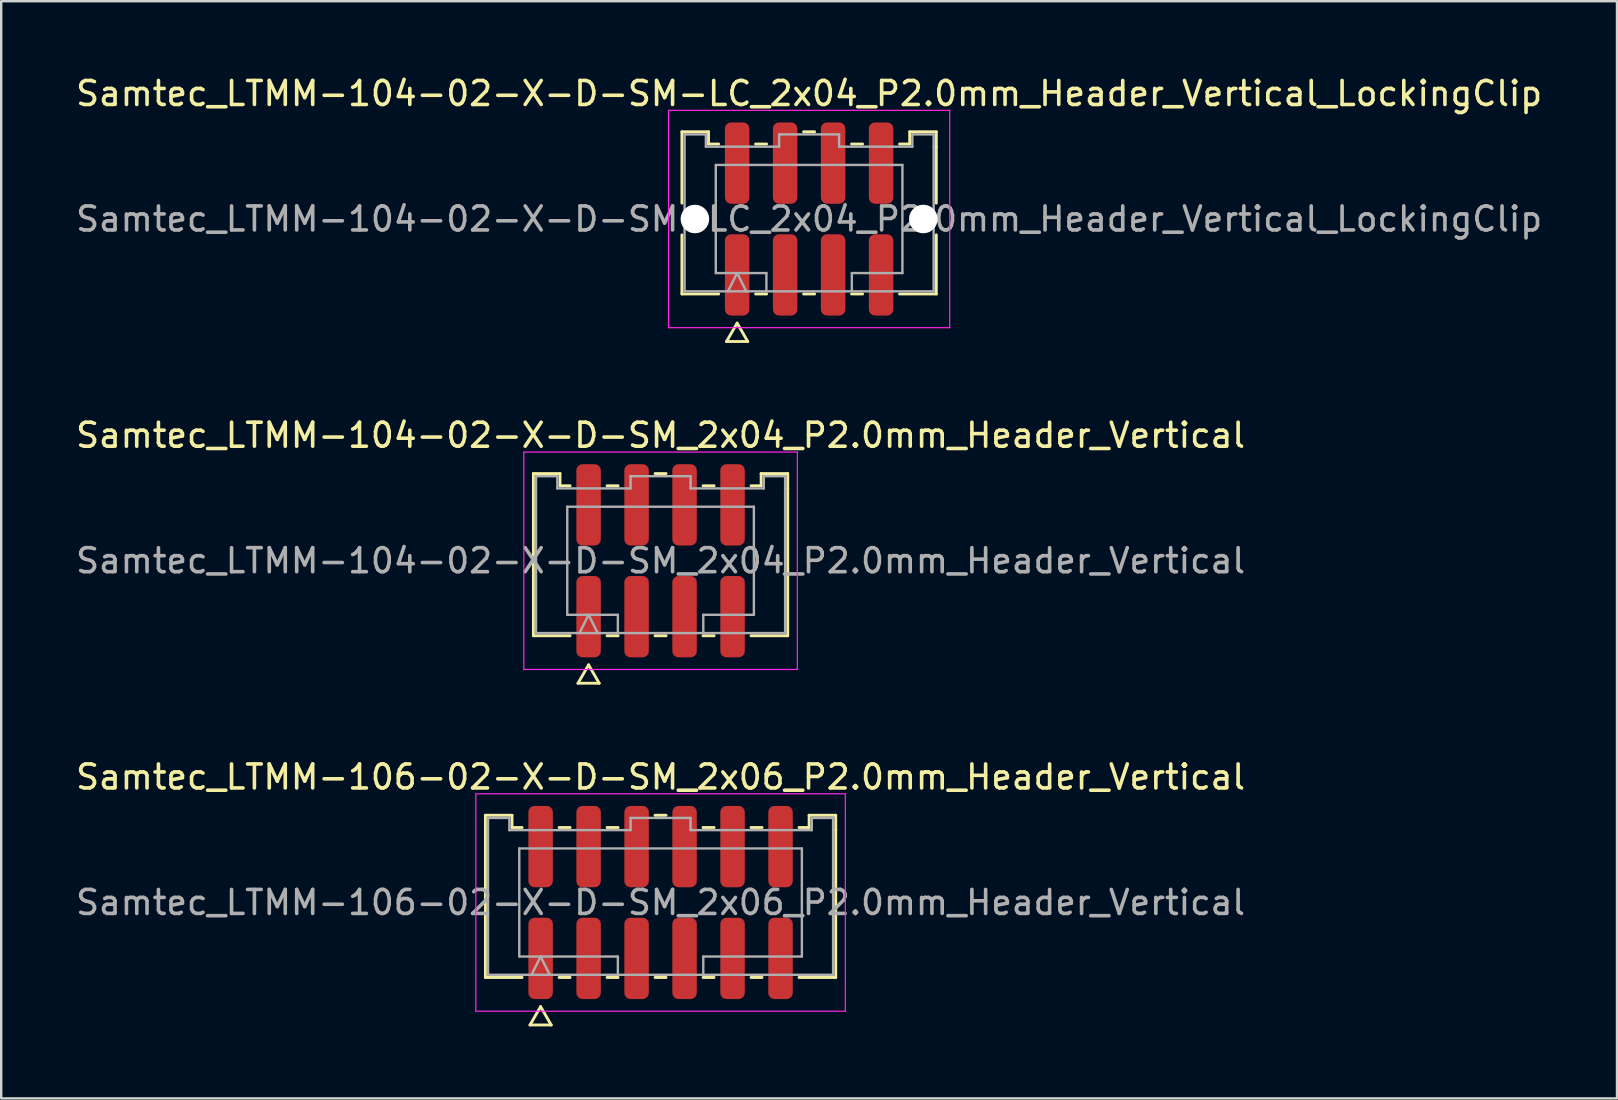
<source format=kicad_pcb>
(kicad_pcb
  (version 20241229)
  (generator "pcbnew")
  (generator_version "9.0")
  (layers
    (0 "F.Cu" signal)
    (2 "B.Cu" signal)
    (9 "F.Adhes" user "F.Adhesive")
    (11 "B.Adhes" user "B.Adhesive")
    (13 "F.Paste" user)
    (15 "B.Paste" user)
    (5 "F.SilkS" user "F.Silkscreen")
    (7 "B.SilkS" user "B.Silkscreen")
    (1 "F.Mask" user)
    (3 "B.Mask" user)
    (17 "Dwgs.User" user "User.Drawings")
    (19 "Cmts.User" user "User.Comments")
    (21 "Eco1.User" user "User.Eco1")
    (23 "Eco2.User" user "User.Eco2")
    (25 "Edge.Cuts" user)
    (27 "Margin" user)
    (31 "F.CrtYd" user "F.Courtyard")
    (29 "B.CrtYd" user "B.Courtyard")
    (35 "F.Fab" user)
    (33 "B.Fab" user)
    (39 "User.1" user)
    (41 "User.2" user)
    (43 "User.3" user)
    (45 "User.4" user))
  (footprint "Samtec_LTMM-104-02-X-D-SM-LC_2x04_P2.0mm_Header_Vertical_LockingClip"
    (layer "F.Cu")
    (at 30.673 6.078)
    (property "Reference" "Samtec_LTMM-104-02-X-D-SM-LC_2x04_P2.0mm_Header_Vertical_LockingClip" (at 0 -5.23 0) (layer "F.SilkS") (effects (font (size 1 1) (thickness 0.15))))
    (attr smd)
    (fp_line (start -5.301 -3.635) (end -4.192 -3.635) (stroke (width 0.12) (type solid)) (layer "F.SilkS"))
    (fp_line (start -5.301 -0.662) (end -5.301 -3.635) (stroke (width 0.12) (type solid)) (layer "F.SilkS"))
    (fp_line (start -5.301 3.125) (end -5.301 0.662) (stroke (width 0.12) (type solid)) (layer "F.SilkS"))
    (fp_line (start -4.192 -3.635) (end -4.192 -3.125) (stroke (width 0.12) (type solid)) (layer "F.SilkS"))
    (fp_line (start -4.192 -3.125) (end -3.77 -3.125) (stroke (width 0.12) (type solid)) (layer "F.SilkS"))
    (fp_line (start -3.77 3.125) (end -5.301 3.125) (stroke (width 0.12) (type solid)) (layer "F.SilkS"))
    (fp_line (start -3.442 5.105) (end -3 4.34) (stroke (width 0.12) (type solid)) (layer "F.SilkS"))
    (fp_line (start -3 4.34) (end -2.558 5.105) (stroke (width 0.12) (type solid)) (layer "F.SilkS"))
    (fp_line (start -2.558 5.105) (end -3.442 5.105) (stroke (width 0.12) (type solid)) (layer "F.SilkS"))
    (fp_line (start -2.23 -3.125) (end -1.77 -3.125) (stroke (width 0.12) (type solid)) (layer "F.SilkS"))
    (fp_line (start -1.77 3.125) (end -2.23 3.125) (stroke (width 0.12) (type solid)) (layer "F.SilkS"))
    (fp_line (start -0.23 -3.635) (end 0.23 -3.635) (stroke (width 0.12) (type solid)) (layer "F.SilkS"))
    (fp_line (start 0.23 3.125) (end -0.23 3.125) (stroke (width 0.12) (type solid)) (layer "F.SilkS"))
    (fp_line (start 1.77 -3.125) (end 2.23 -3.125) (stroke (width 0.12) (type solid)) (layer "F.SilkS"))
    (fp_line (start 2.23 3.125) (end 1.77 3.125) (stroke (width 0.12) (type solid)) (layer "F.SilkS"))
    (fp_line (start 3.77 -3.125) (end 4.192 -3.125) (stroke (width 0.12) (type solid)) (layer "F.SilkS"))
    (fp_line (start 4.192 -3.635) (end 5.301 -3.635) (stroke (width 0.12) (type solid)) (layer "F.SilkS"))
    (fp_line (start 4.192 -3.125) (end 4.192 -3.635) (stroke (width 0.12) (type solid)) (layer "F.SilkS"))
    (fp_line (start 5.301 -3.635) (end 5.301 -3.015) (stroke (width 0.12) (type solid)) (layer "F.SilkS"))
    (fp_line (start 5.301 -3.015) (end 5.301 -0.662) (stroke (width 0.12) (type solid)) (layer "F.SilkS"))
    (fp_line (start 5.301 0.662) (end 5.301 3.125) (stroke (width 0.12) (type solid)) (layer "F.SilkS"))
    (fp_line (start 5.301 3.125) (end 3.77 3.125) (stroke (width 0.12) (type solid)) (layer "F.SilkS"))
    (fp_line (start -5.86 -4.53) (end -5.86 4.53) (stroke (width 0.05) (type solid)) (layer "F.CrtYd"))
    (fp_line (start -5.86 4.53) (end 5.86 4.53) (stroke (width 0.05) (type solid)) (layer "F.CrtYd"))
    (fp_line (start 5.86 -4.53) (end -5.86 -4.53) (stroke (width 0.05) (type solid)) (layer "F.CrtYd"))
    (fp_line (start 5.86 4.53) (end 5.86 -4.53) (stroke (width 0.05) (type solid)) (layer "F.CrtYd"))
    (fp_line (start -5.191 -3.525) (end -4.303 -3.525) (stroke (width 0.1) (type solid)) (layer "F.Fab"))
    (fp_line (start -5.191 3.015) (end -5.191 -3.525) (stroke (width 0.1) (type solid)) (layer "F.Fab"))
    (fp_line (start -4.303 -3.525) (end -4.303 -3.015) (stroke (width 0.1) (type solid)) (layer "F.Fab"))
    (fp_line (start -4.303 -3.015) (end -1.25 -3.015) (stroke (width 0.1) (type solid)) (layer "F.Fab"))
    (fp_line (start -3.889 -2.253) (end 3.889 -2.253) (stroke (width 0.1) (type solid)) (layer "F.Fab"))
    (fp_line (start -3.889 2.253) (end -3.889 -2.253) (stroke (width 0.1) (type solid)) (layer "F.Fab"))
    (fp_line (start -3.381 3.015) (end -3 2.253) (stroke (width 0.1) (type solid)) (layer "F.Fab"))
    (fp_line (start -3 2.253) (end -2.619 3.015) (stroke (width 0.1) (type solid)) (layer "F.Fab"))
    (fp_line (start -1.78 2.253) (end -3.889 2.253) (stroke (width 0.1) (type solid)) (layer "F.Fab"))
    (fp_line (start -1.78 3.015) (end -1.78 2.253) (stroke (width 0.1) (type solid)) (layer "F.Fab"))
    (fp_line (start -1.25 -3.525) (end 1.25 -3.525) (stroke (width 0.1) (type solid)) (layer "F.Fab"))
    (fp_line (start -1.25 -3.015) (end -1.25 -3.525) (stroke (width 0.1) (type solid)) (layer "F.Fab"))
    (fp_line (start 1.25 -3.525) (end 1.25 -3.015) (stroke (width 0.1) (type solid)) (layer "F.Fab"))
    (fp_line (start 1.25 -3.015) (end 4.303 -3.015) (stroke (width 0.1) (type solid)) (layer "F.Fab"))
    (fp_line (start 1.78 2.253) (end 1.78 3.015) (stroke (width 0.1) (type solid)) (layer "F.Fab"))
    (fp_line (start 3.889 -2.253) (end 3.889 2.253) (stroke (width 0.1) (type solid)) (layer "F.Fab"))
    (fp_line (start 3.889 2.253) (end 1.78 2.253) (stroke (width 0.1) (type solid)) (layer "F.Fab"))
    (fp_line (start 4.303 -3.525) (end 5.191 -3.525) (stroke (width 0.1) (type solid)) (layer "F.Fab"))
    (fp_line (start 4.303 -3.015) (end 4.303 -3.525) (stroke (width 0.1) (type solid)) (layer "F.Fab"))
    (fp_line (start 5.191 -3.525) (end 5.191 -3.015) (stroke (width 0.1) (type solid)) (layer "F.Fab"))
    (fp_line (start 5.191 -3.015) (end 5.191 3.015) (stroke (width 0.1) (type solid)) (layer "F.Fab"))
    (fp_line (start 5.191 3.015) (end -5.191 3.015) (stroke (width 0.1) (type solid)) (layer "F.Fab"))
    (fp_text user "${REFERENCE}" (at 0 0 0) (layer "F.Fab") (effects (font (size 1 1) (thickness 0.15))))
    (pad "" np_thru_hole circle (at -4.76 0) (size 1.19 1.19) (drill 1.19) (layers "*.Cu" "*.Mask"))
    (pad "" np_thru_hole circle (at 4.76 0) (size 1.19 1.19) (drill 1.19) (layers "*.Cu" "*.Mask"))
    (pad "1" smd roundrect (at -3 2.33) (size 1.02 3.39) (layers "F.Cu" "F.Mask" "F.Paste") (roundrect_rratio 0.25))
    (pad "2" smd roundrect (at -3 -2.33) (size 1.02 3.39) (layers "F.Cu" "F.Mask" "F.Paste") (roundrect_rratio 0.25))
    (pad "3" smd roundrect (at -1 2.33) (size 1.02 3.39) (layers "F.Cu" "F.Mask" "F.Paste") (roundrect_rratio 0.25))
    (pad "4" smd roundrect (at -1 -2.33) (size 1.02 3.39) (layers "F.Cu" "F.Mask" "F.Paste") (roundrect_rratio 0.25))
    (pad "5" smd roundrect (at 1 2.33) (size 1.02 3.39) (layers "F.Cu" "F.Mask" "F.Paste") (roundrect_rratio 0.25))
    (pad "6" smd roundrect (at 1 -2.33) (size 1.02 3.39) (layers "F.Cu" "F.Mask" "F.Paste") (roundrect_rratio 0.25))
    (pad "7" smd roundrect (at 3 2.33) (size 1.02 3.39) (layers "F.Cu" "F.Mask" "F.Paste") (roundrect_rratio 0.25))
    (pad "8" smd roundrect (at 3 -2.33) (size 1.02 3.39) (layers "F.Cu" "F.Mask" "F.Paste") (roundrect_rratio 0.25)))
  (footprint "Samtec_LTMM-104-02-X-D-SM_2x04_P2.0mm_Header_Vertical"
    (layer "F.Cu")
    (at 24.482 20.322)
    (property "Reference" "Samtec_LTMM-104-02-X-D-SM_2x04_P2.0mm_Header_Vertical" (at 0 -5.23 0) (layer "F.SilkS") (effects (font (size 1 1) (thickness 0.15))))
    (attr smd)
    (fp_line (start -5.301 -3.635) (end -4.192 -3.635) (stroke (width 0.12) (type solid)) (layer "F.SilkS"))
    (fp_line (start -5.301 3.125) (end -5.301 -3.635) (stroke (width 0.12) (type solid)) (layer "F.SilkS"))
    (fp_line (start -4.192 -3.635) (end -4.192 -3.125) (stroke (width 0.12) (type solid)) (layer "F.SilkS"))
    (fp_line (start -4.192 -3.125) (end -3.77 -3.125) (stroke (width 0.12) (type solid)) (layer "F.SilkS"))
    (fp_line (start -3.77 3.125) (end -5.301 3.125) (stroke (width 0.12) (type solid)) (layer "F.SilkS"))
    (fp_line (start -3.442 5.105) (end -3 4.34) (stroke (width 0.12) (type solid)) (layer "F.SilkS"))
    (fp_line (start -3 4.34) (end -2.558 5.105) (stroke (width 0.12) (type solid)) (layer "F.SilkS"))
    (fp_line (start -2.558 5.105) (end -3.442 5.105) (stroke (width 0.12) (type solid)) (layer "F.SilkS"))
    (fp_line (start -2.23 -3.125) (end -1.77 -3.125) (stroke (width 0.12) (type solid)) (layer "F.SilkS"))
    (fp_line (start -1.77 3.125) (end -2.23 3.125) (stroke (width 0.12) (type solid)) (layer "F.SilkS"))
    (fp_line (start -0.23 -3.635) (end 0.23 -3.635) (stroke (width 0.12) (type solid)) (layer "F.SilkS"))
    (fp_line (start 0.23 3.125) (end -0.23 3.125) (stroke (width 0.12) (type solid)) (layer "F.SilkS"))
    (fp_line (start 1.77 -3.125) (end 2.23 -3.125) (stroke (width 0.12) (type solid)) (layer "F.SilkS"))
    (fp_line (start 2.23 3.125) (end 1.77 3.125) (stroke (width 0.12) (type solid)) (layer "F.SilkS"))
    (fp_line (start 3.77 -3.125) (end 4.192 -3.125) (stroke (width 0.12) (type solid)) (layer "F.SilkS"))
    (fp_line (start 4.192 -3.635) (end 5.301 -3.635) (stroke (width 0.12) (type solid)) (layer "F.SilkS"))
    (fp_line (start 4.192 -3.125) (end 4.192 -3.635) (stroke (width 0.12) (type solid)) (layer "F.SilkS"))
    (fp_line (start 5.301 -3.635) (end 5.301 -3.015) (stroke (width 0.12) (type solid)) (layer "F.SilkS"))
    (fp_line (start 5.301 -3.015) (end 5.301 3.125) (stroke (width 0.12) (type solid)) (layer "F.SilkS"))
    (fp_line (start 5.301 3.125) (end 3.77 3.125) (stroke (width 0.12) (type solid)) (layer "F.SilkS"))
    (fp_line (start -5.7 -4.53) (end -5.7 4.53) (stroke (width 0.05) (type solid)) (layer "F.CrtYd"))
    (fp_line (start -5.7 4.53) (end 5.7 4.53) (stroke (width 0.05) (type solid)) (layer "F.CrtYd"))
    (fp_line (start 5.7 -4.53) (end -5.7 -4.53) (stroke (width 0.05) (type solid)) (layer "F.CrtYd"))
    (fp_line (start 5.7 4.53) (end 5.7 -4.53) (stroke (width 0.05) (type solid)) (layer "F.CrtYd"))
    (fp_line (start -5.191 -3.525) (end -4.303 -3.525) (stroke (width 0.1) (type solid)) (layer "F.Fab"))
    (fp_line (start -5.191 3.015) (end -5.191 -3.525) (stroke (width 0.1) (type solid)) (layer "F.Fab"))
    (fp_line (start -4.303 -3.525) (end -4.303 -3.015) (stroke (width 0.1) (type solid)) (layer "F.Fab"))
    (fp_line (start -4.303 -3.015) (end -1.25 -3.015) (stroke (width 0.1) (type solid)) (layer "F.Fab"))
    (fp_line (start -3.889 -2.253) (end 3.889 -2.253) (stroke (width 0.1) (type solid)) (layer "F.Fab"))
    (fp_line (start -3.889 2.253) (end -3.889 -2.253) (stroke (width 0.1) (type solid)) (layer "F.Fab"))
    (fp_line (start -3.381 3.015) (end -3 2.253) (stroke (width 0.1) (type solid)) (layer "F.Fab"))
    (fp_line (start -3 2.253) (end -2.619 3.015) (stroke (width 0.1) (type solid)) (layer "F.Fab"))
    (fp_line (start -1.78 2.253) (end -3.889 2.253) (stroke (width 0.1) (type solid)) (layer "F.Fab"))
    (fp_line (start -1.78 3.015) (end -1.78 2.253) (stroke (width 0.1) (type solid)) (layer "F.Fab"))
    (fp_line (start -1.25 -3.525) (end 1.25 -3.525) (stroke (width 0.1) (type solid)) (layer "F.Fab"))
    (fp_line (start -1.25 -3.015) (end -1.25 -3.525) (stroke (width 0.1) (type solid)) (layer "F.Fab"))
    (fp_line (start 1.25 -3.525) (end 1.25 -3.015) (stroke (width 0.1) (type solid)) (layer "F.Fab"))
    (fp_line (start 1.25 -3.015) (end 4.303 -3.015) (stroke (width 0.1) (type solid)) (layer "F.Fab"))
    (fp_line (start 1.78 2.253) (end 1.78 3.015) (stroke (width 0.1) (type solid)) (layer "F.Fab"))
    (fp_line (start 3.889 -2.253) (end 3.889 2.253) (stroke (width 0.1) (type solid)) (layer "F.Fab"))
    (fp_line (start 3.889 2.253) (end 1.78 2.253) (stroke (width 0.1) (type solid)) (layer "F.Fab"))
    (fp_line (start 4.303 -3.525) (end 5.191 -3.525) (stroke (width 0.1) (type solid)) (layer "F.Fab"))
    (fp_line (start 4.303 -3.015) (end 4.303 -3.525) (stroke (width 0.1) (type solid)) (layer "F.Fab"))
    (fp_line (start 5.191 -3.525) (end 5.191 -3.015) (stroke (width 0.1) (type solid)) (layer "F.Fab"))
    (fp_line (start 5.191 -3.015) (end 5.191 3.015) (stroke (width 0.1) (type solid)) (layer "F.Fab"))
    (fp_line (start 5.191 3.015) (end -5.191 3.015) (stroke (width 0.1) (type solid)) (layer "F.Fab"))
    (fp_text user "${REFERENCE}" (at 0 0 0) (layer "F.Fab") (effects (font (size 1 1) (thickness 0.15))))
    (pad "1" smd roundrect (at -3 2.33) (size 1.02 3.39) (layers "F.Cu" "F.Mask" "F.Paste") (roundrect_rratio 0.25))
    (pad "2" smd roundrect (at -3 -2.33) (size 1.02 3.39) (layers "F.Cu" "F.Mask" "F.Paste") (roundrect_rratio 0.25))
    (pad "3" smd roundrect (at -1 2.33) (size 1.02 3.39) (layers "F.Cu" "F.Mask" "F.Paste") (roundrect_rratio 0.25))
    (pad "4" smd roundrect (at -1 -2.33) (size 1.02 3.39) (layers "F.Cu" "F.Mask" "F.Paste") (roundrect_rratio 0.25))
    (pad "5" smd roundrect (at 1 2.33) (size 1.02 3.39) (layers "F.Cu" "F.Mask" "F.Paste") (roundrect_rratio 0.25))
    (pad "6" smd roundrect (at 1 -2.33) (size 1.02 3.39) (layers "F.Cu" "F.Mask" "F.Paste") (roundrect_rratio 0.25))
    (pad "7" smd roundrect (at 3 2.33) (size 1.02 3.39) (layers "F.Cu" "F.Mask" "F.Paste") (roundrect_rratio 0.25))
    (pad "8" smd roundrect (at 3 -2.33) (size 1.02 3.39) (layers "F.Cu" "F.Mask" "F.Paste") (roundrect_rratio 0.25)))
  (footprint "Samtec_LTMM-106-02-X-D-SM_2x06_P2.0mm_Header_Vertical"
    (layer "F.Cu")
    (at 24.482 34.565)
    (property "Reference" "Samtec_LTMM-106-02-X-D-SM_2x06_P2.0mm_Header_Vertical" (at 0 -5.23 0) (layer "F.SilkS") (effects (font (size 1 1) (thickness 0.15))))
    (attr smd)
    (fp_line (start -7.301 -3.635) (end -6.192 -3.635) (stroke (width 0.12) (type solid)) (layer "F.SilkS"))
    (fp_line (start -7.301 3.125) (end -7.301 -3.635) (stroke (width 0.12) (type solid)) (layer "F.SilkS"))
    (fp_line (start -6.192 -3.635) (end -6.192 -3.125) (stroke (width 0.12) (type solid)) (layer "F.SilkS"))
    (fp_line (start -6.192 -3.125) (end -5.77 -3.125) (stroke (width 0.12) (type solid)) (layer "F.SilkS"))
    (fp_line (start -5.77 3.125) (end -7.301 3.125) (stroke (width 0.12) (type solid)) (layer "F.SilkS"))
    (fp_line (start -5.442 5.105) (end -5 4.34) (stroke (width 0.12) (type solid)) (layer "F.SilkS"))
    (fp_line (start -5 4.34) (end -4.558 5.105) (stroke (width 0.12) (type solid)) (layer "F.SilkS"))
    (fp_line (start -4.558 5.105) (end -5.442 5.105) (stroke (width 0.12) (type solid)) (layer "F.SilkS"))
    (fp_line (start -4.23 -3.125) (end -3.77 -3.125) (stroke (width 0.12) (type solid)) (layer "F.SilkS"))
    (fp_line (start -3.77 3.125) (end -4.23 3.125) (stroke (width 0.12) (type solid)) (layer "F.SilkS"))
    (fp_line (start -2.23 -3.125) (end -1.77 -3.125) (stroke (width 0.12) (type solid)) (layer "F.SilkS"))
    (fp_line (start -1.77 3.125) (end -2.23 3.125) (stroke (width 0.12) (type solid)) (layer "F.SilkS"))
    (fp_line (start -0.23 -3.635) (end 0.23 -3.635) (stroke (width 0.12) (type solid)) (layer "F.SilkS"))
    (fp_line (start 0.23 3.125) (end -0.23 3.125) (stroke (width 0.12) (type solid)) (layer "F.SilkS"))
    (fp_line (start 1.77 -3.125) (end 2.23 -3.125) (stroke (width 0.12) (type solid)) (layer "F.SilkS"))
    (fp_line (start 2.23 3.125) (end 1.77 3.125) (stroke (width 0.12) (type solid)) (layer "F.SilkS"))
    (fp_line (start 3.77 -3.125) (end 4.23 -3.125) (stroke (width 0.12) (type solid)) (layer "F.SilkS"))
    (fp_line (start 4.23 3.125) (end 3.77 3.125) (stroke (width 0.12) (type solid)) (layer "F.SilkS"))
    (fp_line (start 5.77 -3.125) (end 6.192 -3.125) (stroke (width 0.12) (type solid)) (layer "F.SilkS"))
    (fp_line (start 6.192 -3.635) (end 7.301 -3.635) (stroke (width 0.12) (type solid)) (layer "F.SilkS"))
    (fp_line (start 6.192 -3.125) (end 6.192 -3.635) (stroke (width 0.12) (type solid)) (layer "F.SilkS"))
    (fp_line (start 7.301 -3.635) (end 7.301 -3.015) (stroke (width 0.12) (type solid)) (layer "F.SilkS"))
    (fp_line (start 7.301 -3.015) (end 7.301 3.125) (stroke (width 0.12) (type solid)) (layer "F.SilkS"))
    (fp_line (start 7.301 3.125) (end 5.77 3.125) (stroke (width 0.12) (type solid)) (layer "F.SilkS"))
    (fp_line (start -7.7 -4.53) (end -7.7 4.53) (stroke (width 0.05) (type solid)) (layer "F.CrtYd"))
    (fp_line (start -7.7 4.53) (end 7.7 4.53) (stroke (width 0.05) (type solid)) (layer "F.CrtYd"))
    (fp_line (start 7.7 -4.53) (end -7.7 -4.53) (stroke (width 0.05) (type solid)) (layer "F.CrtYd"))
    (fp_line (start 7.7 4.53) (end 7.7 -4.53) (stroke (width 0.05) (type solid)) (layer "F.CrtYd"))
    (fp_line (start -7.191 -3.525) (end -6.303 -3.525) (stroke (width 0.1) (type solid)) (layer "F.Fab"))
    (fp_line (start -7.191 3.015) (end -7.191 -3.525) (stroke (width 0.1) (type solid)) (layer "F.Fab"))
    (fp_line (start -6.303 -3.525) (end -6.303 -3.015) (stroke (width 0.1) (type solid)) (layer "F.Fab"))
    (fp_line (start -6.303 -3.015) (end -1.25 -3.015) (stroke (width 0.1) (type solid)) (layer "F.Fab"))
    (fp_line (start -5.889 -2.253) (end 5.889 -2.253) (stroke (width 0.1) (type solid)) (layer "F.Fab"))
    (fp_line (start -5.889 2.253) (end -5.889 -2.253) (stroke (width 0.1) (type solid)) (layer "F.Fab"))
    (fp_line (start -5.381 3.015) (end -5 2.253) (stroke (width 0.1) (type solid)) (layer "F.Fab"))
    (fp_line (start -5 2.253) (end -4.619 3.015) (stroke (width 0.1) (type solid)) (layer "F.Fab"))
    (fp_line (start -1.78 2.253) (end -5.889 2.253) (stroke (width 0.1) (type solid)) (layer "F.Fab"))
    (fp_line (start -1.78 3.015) (end -1.78 2.253) (stroke (width 0.1) (type solid)) (layer "F.Fab"))
    (fp_line (start -1.25 -3.525) (end 1.25 -3.525) (stroke (width 0.1) (type solid)) (layer "F.Fab"))
    (fp_line (start -1.25 -3.015) (end -1.25 -3.525) (stroke (width 0.1) (type solid)) (layer "F.Fab"))
    (fp_line (start 1.25 -3.525) (end 1.25 -3.015) (stroke (width 0.1) (type solid)) (layer "F.Fab"))
    (fp_line (start 1.25 -3.015) (end 6.303 -3.015) (stroke (width 0.1) (type solid)) (layer "F.Fab"))
    (fp_line (start 1.78 2.253) (end 1.78 3.015) (stroke (width 0.1) (type solid)) (layer "F.Fab"))
    (fp_line (start 5.889 -2.253) (end 5.889 2.253) (stroke (width 0.1) (type solid)) (layer "F.Fab"))
    (fp_line (start 5.889 2.253) (end 1.78 2.253) (stroke (width 0.1) (type solid)) (layer "F.Fab"))
    (fp_line (start 6.303 -3.525) (end 7.191 -3.525) (stroke (width 0.1) (type solid)) (layer "F.Fab"))
    (fp_line (start 6.303 -3.015) (end 6.303 -3.525) (stroke (width 0.1) (type solid)) (layer "F.Fab"))
    (fp_line (start 7.191 -3.525) (end 7.191 -3.015) (stroke (width 0.1) (type solid)) (layer "F.Fab"))
    (fp_line (start 7.191 -3.015) (end 7.191 3.015) (stroke (width 0.1) (type solid)) (layer "F.Fab"))
    (fp_line (start 7.191 3.015) (end -7.191 3.015) (stroke (width 0.1) (type solid)) (layer "F.Fab"))
    (fp_text user "${REFERENCE}" (at 0 0 0) (layer "F.Fab") (effects (font (size 1 1) (thickness 0.15))))
    (pad "1" smd roundrect (at -5 2.33) (size 1.02 3.39) (layers "F.Cu" "F.Mask" "F.Paste") (roundrect_rratio 0.25))
    (pad "2" smd roundrect (at -5 -2.33) (size 1.02 3.39) (layers "F.Cu" "F.Mask" "F.Paste") (roundrect_rratio 0.25))
    (pad "3" smd roundrect (at -3 2.33) (size 1.02 3.39) (layers "F.Cu" "F.Mask" "F.Paste") (roundrect_rratio 0.25))
    (pad "4" smd roundrect (at -3 -2.33) (size 1.02 3.39) (layers "F.Cu" "F.Mask" "F.Paste") (roundrect_rratio 0.25))
    (pad "5" smd roundrect (at -1 2.33) (size 1.02 3.39) (layers "F.Cu" "F.Mask" "F.Paste") (roundrect_rratio 0.25))
    (pad "6" smd roundrect (at -1 -2.33) (size 1.02 3.39) (layers "F.Cu" "F.Mask" "F.Paste") (roundrect_rratio 0.25))
    (pad "7" smd roundrect (at 1 2.33) (size 1.02 3.39) (layers "F.Cu" "F.Mask" "F.Paste") (roundrect_rratio 0.25))
    (pad "8" smd roundrect (at 1 -2.33) (size 1.02 3.39) (layers "F.Cu" "F.Mask" "F.Paste") (roundrect_rratio 0.25))
    (pad "9" smd roundrect (at 3 2.33) (size 1.02 3.39) (layers "F.Cu" "F.Mask" "F.Paste") (roundrect_rratio 0.25))
    (pad "10" smd roundrect (at 3 -2.33) (size 1.02 3.39) (layers "F.Cu" "F.Mask" "F.Paste") (roundrect_rratio 0.25))
    (pad "11" smd roundrect (at 5 2.33) (size 1.02 3.39) (layers "F.Cu" "F.Mask" "F.Paste") (roundrect_rratio 0.25))
    (pad "12" smd roundrect (at 5 -2.33) (size 1.02 3.39) (layers "F.Cu" "F.Mask" "F.Paste") (roundrect_rratio 0.25)))
  (gr_rect
    (start -3 -3)
    (end 64.345 42.73)
    (stroke (width 0.1) (type default))
    (fill no)
    (layer "Edge.Cuts")))
</source>
